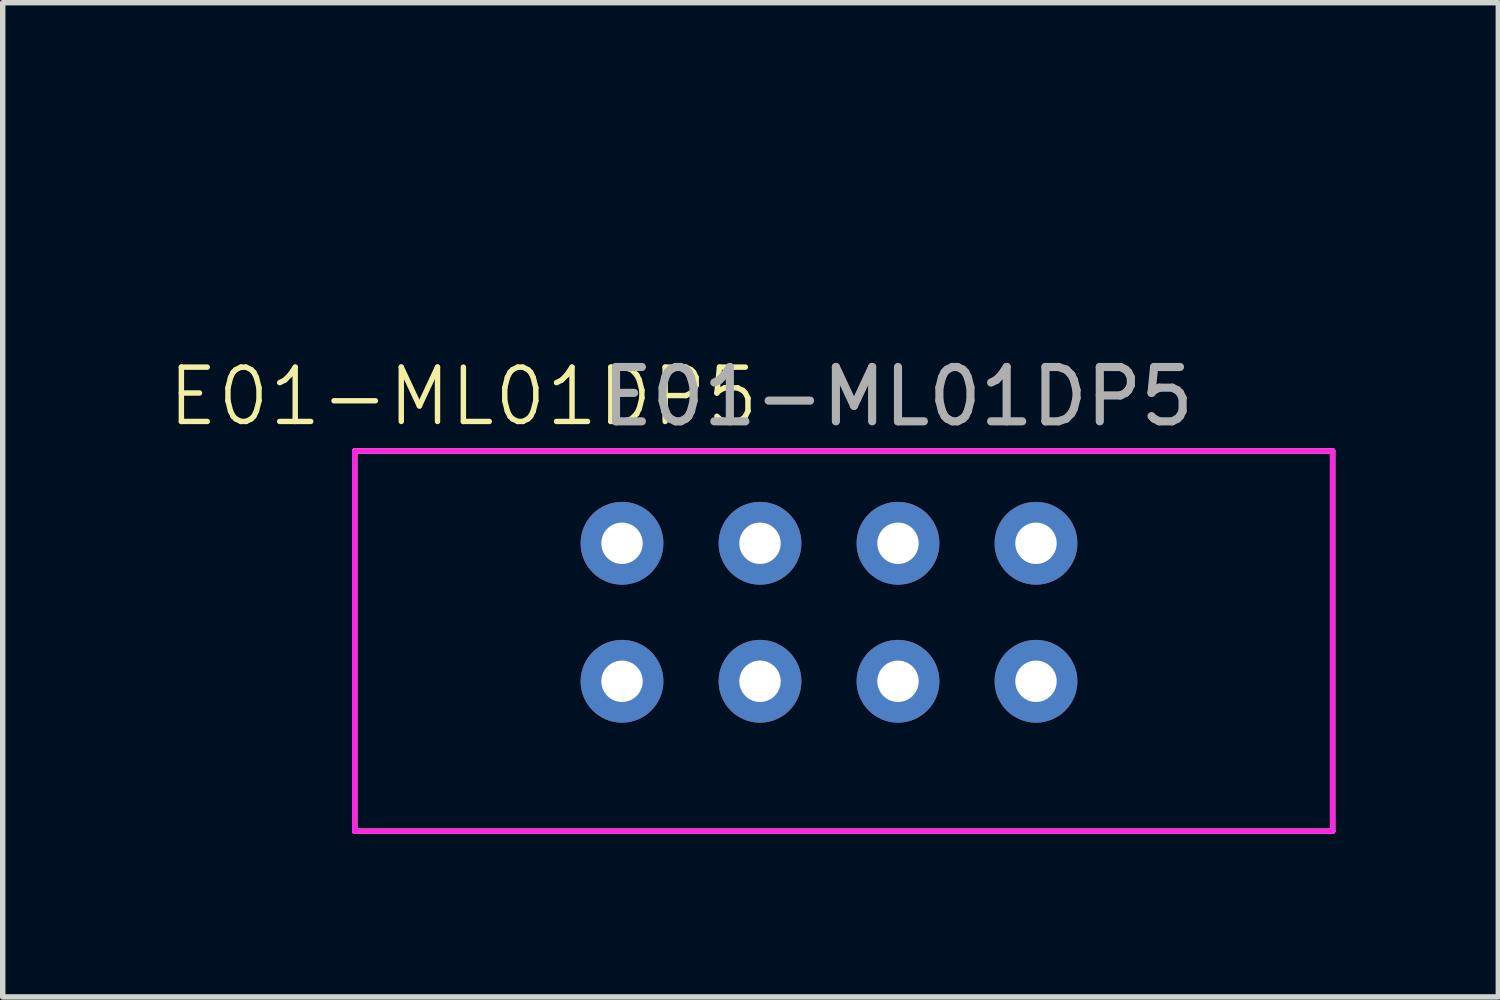
<source format=kicad_pcb>
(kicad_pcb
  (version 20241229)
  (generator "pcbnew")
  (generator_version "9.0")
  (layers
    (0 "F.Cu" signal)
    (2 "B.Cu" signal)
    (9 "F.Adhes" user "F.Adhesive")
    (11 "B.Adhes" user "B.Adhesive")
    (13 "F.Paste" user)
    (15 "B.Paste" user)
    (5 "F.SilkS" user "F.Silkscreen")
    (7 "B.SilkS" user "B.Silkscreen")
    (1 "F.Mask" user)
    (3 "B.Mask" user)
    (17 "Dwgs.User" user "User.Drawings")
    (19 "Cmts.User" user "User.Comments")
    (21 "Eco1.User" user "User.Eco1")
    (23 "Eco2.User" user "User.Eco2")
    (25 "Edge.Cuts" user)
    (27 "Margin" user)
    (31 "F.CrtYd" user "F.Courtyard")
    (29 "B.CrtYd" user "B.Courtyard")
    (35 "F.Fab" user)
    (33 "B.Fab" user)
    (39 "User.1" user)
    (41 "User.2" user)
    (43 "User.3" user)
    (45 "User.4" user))
  (footprint "E01-ML01DP5"
    (layer "F.Cu")
    (at 11.479 0.25)
    (property "Reference" "E01-ML01DP5" (at -6 4 0) (unlocked yes) (layer "F.SilkS") (effects (font (size 1 1) (thickness 0.1))))
    (attr through_hole)
    (fp_line (start -8 5) (end -8 12) (stroke (width 0.1) (type default)) (layer "F.SilkS"))
    (fp_line (start -8 12) (end 10 12) (stroke (width 0.1) (type default)) (layer "F.SilkS"))
    (fp_line (start 10 5) (end -8 5) (stroke (width 0.1) (type default)) (layer "F.SilkS"))
    (fp_line (start 10 12) (end 10 5) (stroke (width 0.1) (type default)) (layer "F.SilkS"))
    (fp_line (start -8 5) (end 10 5) (stroke (width 0.1) (type default)) (layer "F.CrtYd"))
    (fp_line (start -8 12) (end -8 5) (stroke (width 0.1) (type default)) (layer "F.CrtYd"))
    (fp_line (start 10 5) (end 10 12) (stroke (width 0.1) (type default)) (layer "F.CrtYd"))
    (fp_line (start 10 12) (end -8 12) (stroke (width 0.1) (type default)) (layer "F.CrtYd"))
    (fp_text user "${REFERENCE}" (at 2 4 0) (unlocked yes) (layer "F.Fab") (effects (font (size 1 1) (thickness 0.15))))
    (pad "1" thru_hole circle (at 4.54 6.7) (size 1.524 1.524) (drill 0.762) (layers "*.Cu" "*.Mask"))
    (pad "2" thru_hole circle (at 4.54 9.24) (size 1.524 1.524) (drill 0.762) (layers "*.Cu" "*.Mask"))
    (pad "3" thru_hole circle (at 2 6.7) (size 1.524 1.524) (drill 0.762) (layers "*.Cu" "*.Mask"))
    (pad "4" thru_hole circle (at 2 9.24) (size 1.524 1.524) (drill 0.762) (layers "*.Cu" "*.Mask"))
    (pad "5" thru_hole circle (at -0.54 6.7) (size 1.524 1.524) (drill 0.762) (layers "*.Cu" "*.Mask"))
    (pad "6" thru_hole circle (at -0.54 9.24) (size 1.524 1.524) (drill 0.762) (layers "*.Cu" "*.Mask"))
    (pad "7" thru_hole circle (at -3.08 6.7) (size 1.524 1.524) (drill 0.762) (layers "*.Cu" "*.Mask"))
    (pad "8" thru_hole circle (at -3.08 9.24) (size 1.524 1.524) (drill 0.762) (layers "*.Cu" "*.Mask")))
  (gr_rect
    (start -3 -3)
    (end 24.529 15.3)
    (stroke (width 0.1) (type default))
    (fill no)
    (layer "Edge.Cuts")))
</source>
